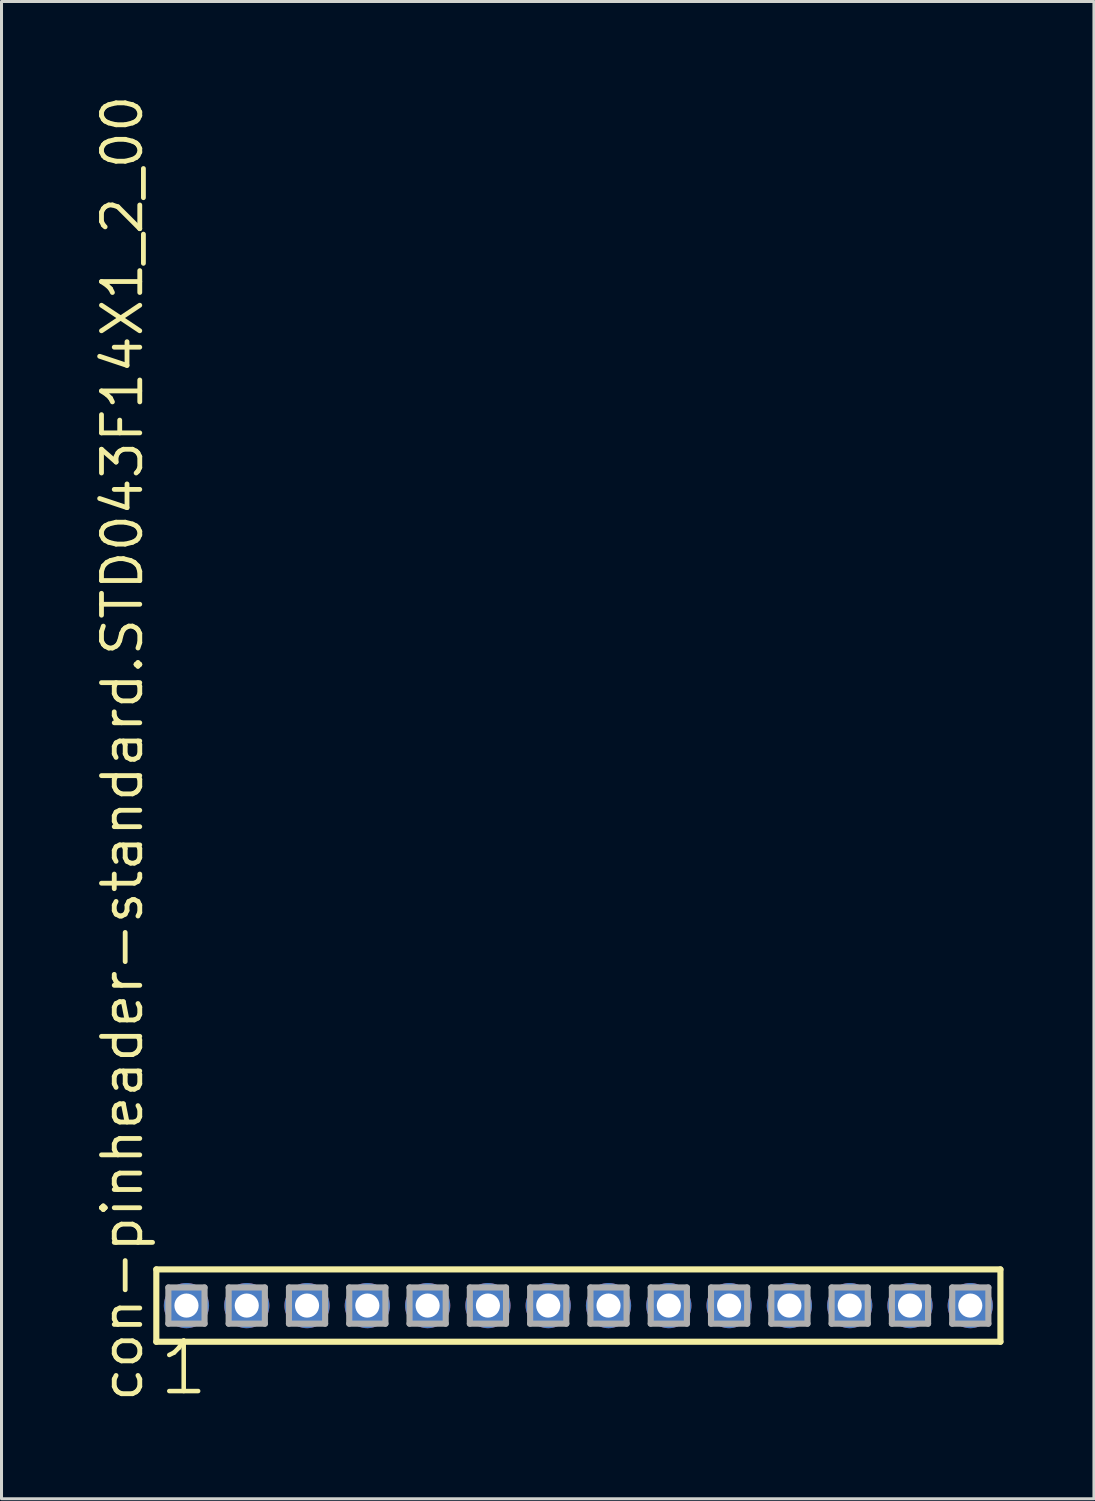
<source format=kicad_pcb>
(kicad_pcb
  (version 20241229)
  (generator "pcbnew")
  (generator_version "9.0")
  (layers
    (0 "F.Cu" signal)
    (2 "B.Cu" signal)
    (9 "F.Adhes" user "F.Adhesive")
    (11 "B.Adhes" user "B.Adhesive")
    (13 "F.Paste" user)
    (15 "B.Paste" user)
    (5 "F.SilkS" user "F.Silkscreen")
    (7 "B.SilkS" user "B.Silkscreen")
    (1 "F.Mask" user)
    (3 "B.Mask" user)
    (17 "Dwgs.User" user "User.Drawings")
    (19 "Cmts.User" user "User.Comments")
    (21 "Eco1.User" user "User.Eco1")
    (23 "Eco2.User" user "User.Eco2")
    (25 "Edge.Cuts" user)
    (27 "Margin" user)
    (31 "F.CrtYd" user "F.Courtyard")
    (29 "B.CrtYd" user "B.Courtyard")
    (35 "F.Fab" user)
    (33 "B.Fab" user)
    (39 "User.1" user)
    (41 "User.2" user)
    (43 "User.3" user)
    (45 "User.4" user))
  (footprint "con-pinheader-standard.STD043F14X1_2_00"
    (layer "F.Cu")
    (at 16.135 40.257)
    (property "Reference" "con-pinheader-standard.STD043F14X1_2_00" (at -14.385 3.27 90) (layer "F.SilkS") (effects (font (size 1.27 1.27) (thickness 0.16)) (justify left bottom)))
    (attr through_hole)
    (fp_line (start -14 -1.2) (end 14 -1.2) (stroke (width 0.203) (type default)) (layer "F.SilkS"))
    (fp_line (start -14 1.2) (end -14 -1.2) (stroke (width 0.203) (type default)) (layer "F.SilkS"))
    (fp_line (start 14 -1.2) (end 14 1.2) (stroke (width 0.203) (type default)) (layer "F.SilkS"))
    (fp_line (start 14 1.2) (end -14 1.2) (stroke (width 0.203) (type default)) (layer "F.SilkS"))
    (fp_line (start -13.6 -0.6) (end -12.4 -0.6) (stroke (width 0.203) (type default)) (layer "F.Fab"))
    (fp_line (start -13.6 0.6) (end -13.6 -0.6) (stroke (width 0.203) (type default)) (layer "F.Fab"))
    (fp_line (start -12.4 -0.6) (end -12.4 0.6) (stroke (width 0.203) (type default)) (layer "F.Fab"))
    (fp_line (start -12.4 0.6) (end -13.6 0.6) (stroke (width 0.203) (type default)) (layer "F.Fab"))
    (fp_line (start -11.6 -0.6) (end -10.4 -0.6) (stroke (width 0.203) (type default)) (layer "F.Fab"))
    (fp_line (start -11.6 0.6) (end -11.6 -0.6) (stroke (width 0.203) (type default)) (layer "F.Fab"))
    (fp_line (start -10.4 -0.6) (end -10.4 0.6) (stroke (width 0.203) (type default)) (layer "F.Fab"))
    (fp_line (start -10.4 0.6) (end -11.6 0.6) (stroke (width 0.203) (type default)) (layer "F.Fab"))
    (fp_line (start -9.6 -0.6) (end -8.4 -0.6) (stroke (width 0.203) (type default)) (layer "F.Fab"))
    (fp_line (start -9.6 0.6) (end -9.6 -0.6) (stroke (width 0.203) (type default)) (layer "F.Fab"))
    (fp_line (start -8.4 -0.6) (end -8.4 0.6) (stroke (width 0.203) (type default)) (layer "F.Fab"))
    (fp_line (start -8.4 0.6) (end -9.6 0.6) (stroke (width 0.203) (type default)) (layer "F.Fab"))
    (fp_line (start -7.6 -0.6) (end -6.4 -0.6) (stroke (width 0.203) (type default)) (layer "F.Fab"))
    (fp_line (start -7.6 0.6) (end -7.6 -0.6) (stroke (width 0.203) (type default)) (layer "F.Fab"))
    (fp_line (start -6.4 -0.6) (end -6.4 0.6) (stroke (width 0.203) (type default)) (layer "F.Fab"))
    (fp_line (start -6.4 0.6) (end -7.6 0.6) (stroke (width 0.203) (type default)) (layer "F.Fab"))
    (fp_line (start -5.6 -0.6) (end -4.4 -0.6) (stroke (width 0.203) (type default)) (layer "F.Fab"))
    (fp_line (start -5.6 0.6) (end -5.6 -0.6) (stroke (width 0.203) (type default)) (layer "F.Fab"))
    (fp_line (start -4.4 -0.6) (end -4.4 0.6) (stroke (width 0.203) (type default)) (layer "F.Fab"))
    (fp_line (start -4.4 0.6) (end -5.6 0.6) (stroke (width 0.203) (type default)) (layer "F.Fab"))
    (fp_line (start -3.6 -0.6) (end -2.4 -0.6) (stroke (width 0.203) (type default)) (layer "F.Fab"))
    (fp_line (start -3.6 0.6) (end -3.6 -0.6) (stroke (width 0.203) (type default)) (layer "F.Fab"))
    (fp_line (start -2.4 -0.6) (end -2.4 0.6) (stroke (width 0.203) (type default)) (layer "F.Fab"))
    (fp_line (start -2.4 0.6) (end -3.6 0.6) (stroke (width 0.203) (type default)) (layer "F.Fab"))
    (fp_line (start -1.6 -0.6) (end -0.4 -0.6) (stroke (width 0.203) (type default)) (layer "F.Fab"))
    (fp_line (start -1.6 0.6) (end -1.6 -0.6) (stroke (width 0.203) (type default)) (layer "F.Fab"))
    (fp_line (start -0.4 -0.6) (end -0.4 0.6) (stroke (width 0.203) (type default)) (layer "F.Fab"))
    (fp_line (start -0.4 0.6) (end -1.6 0.6) (stroke (width 0.203) (type default)) (layer "F.Fab"))
    (fp_line (start 0.4 -0.6) (end 1.6 -0.6) (stroke (width 0.203) (type default)) (layer "F.Fab"))
    (fp_line (start 0.4 0.6) (end 0.4 -0.6) (stroke (width 0.203) (type default)) (layer "F.Fab"))
    (fp_line (start 1.6 -0.6) (end 1.6 0.6) (stroke (width 0.203) (type default)) (layer "F.Fab"))
    (fp_line (start 1.6 0.6) (end 0.4 0.6) (stroke (width 0.203) (type default)) (layer "F.Fab"))
    (fp_line (start 2.4 -0.6) (end 3.6 -0.6) (stroke (width 0.203) (type default)) (layer "F.Fab"))
    (fp_line (start 2.4 0.6) (end 2.4 -0.6) (stroke (width 0.203) (type default)) (layer "F.Fab"))
    (fp_line (start 3.6 -0.6) (end 3.6 0.6) (stroke (width 0.203) (type default)) (layer "F.Fab"))
    (fp_line (start 3.6 0.6) (end 2.4 0.6) (stroke (width 0.203) (type default)) (layer "F.Fab"))
    (fp_line (start 4.4 -0.6) (end 5.6 -0.6) (stroke (width 0.203) (type default)) (layer "F.Fab"))
    (fp_line (start 4.4 0.6) (end 4.4 -0.6) (stroke (width 0.203) (type default)) (layer "F.Fab"))
    (fp_line (start 5.6 -0.6) (end 5.6 0.6) (stroke (width 0.203) (type default)) (layer "F.Fab"))
    (fp_line (start 5.6 0.6) (end 4.4 0.6) (stroke (width 0.203) (type default)) (layer "F.Fab"))
    (fp_line (start 6.4 -0.6) (end 7.6 -0.6) (stroke (width 0.203) (type default)) (layer "F.Fab"))
    (fp_line (start 6.4 0.6) (end 6.4 -0.6) (stroke (width 0.203) (type default)) (layer "F.Fab"))
    (fp_line (start 7.6 -0.6) (end 7.6 0.6) (stroke (width 0.203) (type default)) (layer "F.Fab"))
    (fp_line (start 7.6 0.6) (end 6.4 0.6) (stroke (width 0.203) (type default)) (layer "F.Fab"))
    (fp_line (start 8.4 -0.6) (end 9.6 -0.6) (stroke (width 0.203) (type default)) (layer "F.Fab"))
    (fp_line (start 8.4 0.6) (end 8.4 -0.6) (stroke (width 0.203) (type default)) (layer "F.Fab"))
    (fp_line (start 9.6 -0.6) (end 9.6 0.6) (stroke (width 0.203) (type default)) (layer "F.Fab"))
    (fp_line (start 9.6 0.6) (end 8.4 0.6) (stroke (width 0.203) (type default)) (layer "F.Fab"))
    (fp_line (start 10.4 -0.6) (end 11.6 -0.6) (stroke (width 0.203) (type default)) (layer "F.Fab"))
    (fp_line (start 10.4 0.6) (end 10.4 -0.6) (stroke (width 0.203) (type default)) (layer "F.Fab"))
    (fp_line (start 11.6 -0.6) (end 11.6 0.6) (stroke (width 0.203) (type default)) (layer "F.Fab"))
    (fp_line (start 11.6 0.6) (end 10.4 0.6) (stroke (width 0.203) (type default)) (layer "F.Fab"))
    (fp_line (start 12.4 -0.6) (end 13.6 -0.6) (stroke (width 0.203) (type default)) (layer "F.Fab"))
    (fp_line (start 12.4 0.6) (end 12.4 -0.6) (stroke (width 0.203) (type default)) (layer "F.Fab"))
    (fp_line (start 13.6 -0.6) (end 13.6 0.6) (stroke (width 0.203) (type default)) (layer "F.Fab"))
    (fp_line (start 13.6 0.6) (end 12.4 0.6) (stroke (width 0.203) (type default)) (layer "F.Fab"))
    (fp_text user "1" (at -13.988 3.048 0) (layer "F.SilkS") (effects (font (size 1.676 1.676) (thickness 0.15)) (justify left bottom)))
    (pad "1" thru_hole circle (at -13 0) (size 1.5 1.5) (drill 0.8) (layers "*.Cu" "*.Mask"))
    (pad "2" thru_hole circle (at -11 0) (size 1.5 1.5) (drill 0.8) (layers "*.Cu" "*.Mask"))
    (pad "3" thru_hole circle (at -9 0) (size 1.5 1.5) (drill 0.8) (layers "*.Cu" "*.Mask"))
    (pad "4" thru_hole circle (at -7 0) (size 1.5 1.5) (drill 0.8) (layers "*.Cu" "*.Mask"))
    (pad "5" thru_hole circle (at -5 0) (size 1.5 1.5) (drill 0.8) (layers "*.Cu" "*.Mask"))
    (pad "6" thru_hole circle (at -3 0) (size 1.5 1.5) (drill 0.8) (layers "*.Cu" "*.Mask"))
    (pad "7" thru_hole circle (at -1 0) (size 1.5 1.5) (drill 0.8) (layers "*.Cu" "*.Mask"))
    (pad "8" thru_hole circle (at 1 0) (size 1.5 1.5) (drill 0.8) (layers "*.Cu" "*.Mask"))
    (pad "9" thru_hole circle (at 3 0) (size 1.5 1.5) (drill 0.8) (layers "*.Cu" "*.Mask"))
    (pad "10" thru_hole circle (at 5 0) (size 1.5 1.5) (drill 0.8) (layers "*.Cu" "*.Mask"))
    (pad "11" thru_hole circle (at 7 0) (size 1.5 1.5) (drill 0.8) (layers "*.Cu" "*.Mask"))
    (pad "12" thru_hole circle (at 9 0) (size 1.5 1.5) (drill 0.8) (layers "*.Cu" "*.Mask"))
    (pad "13" thru_hole circle (at 11 0) (size 1.5 1.5) (drill 0.8) (layers "*.Cu" "*.Mask"))
    (pad "14" thru_hole circle (at 13 0) (size 1.5 1.5) (drill 0.8) (layers "*.Cu" "*.Mask")))
  (gr_rect
    (start -3 -3)
    (end 33.237 46.666)
    (stroke (width 0.1) (type default))
    (fill no)
    (layer "Edge.Cuts")))
</source>
